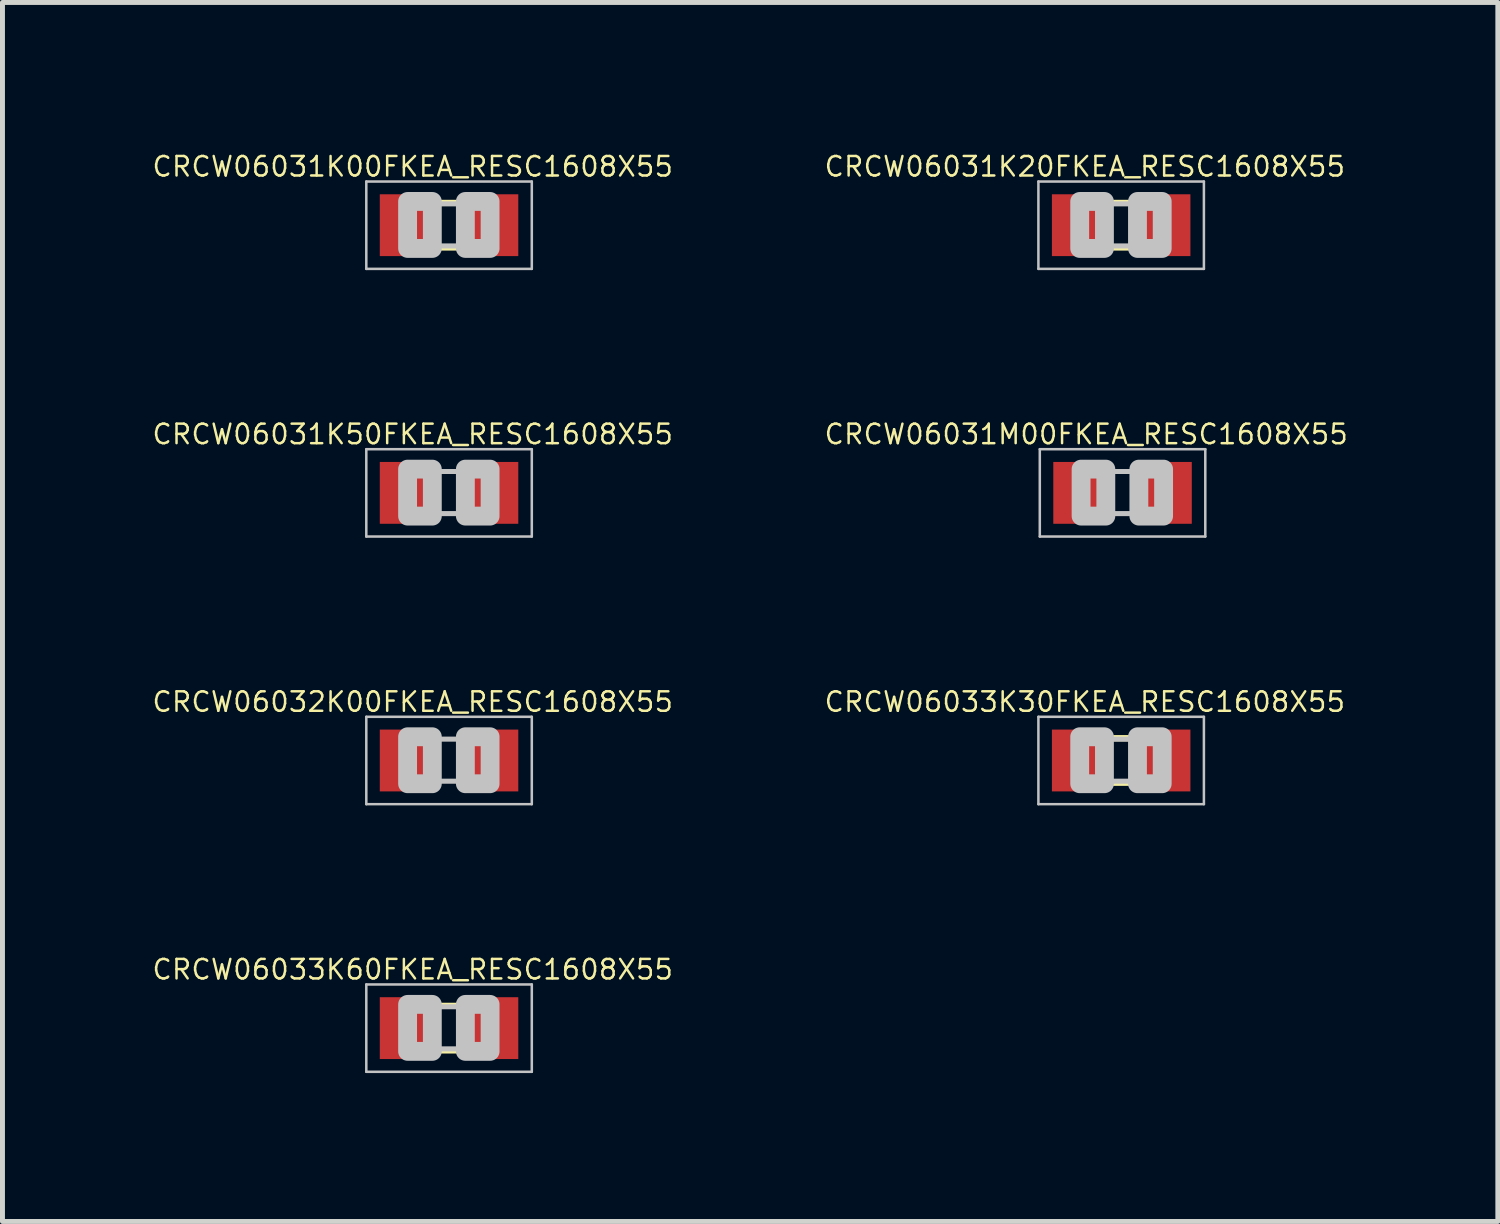
<source format=kicad_pcb>
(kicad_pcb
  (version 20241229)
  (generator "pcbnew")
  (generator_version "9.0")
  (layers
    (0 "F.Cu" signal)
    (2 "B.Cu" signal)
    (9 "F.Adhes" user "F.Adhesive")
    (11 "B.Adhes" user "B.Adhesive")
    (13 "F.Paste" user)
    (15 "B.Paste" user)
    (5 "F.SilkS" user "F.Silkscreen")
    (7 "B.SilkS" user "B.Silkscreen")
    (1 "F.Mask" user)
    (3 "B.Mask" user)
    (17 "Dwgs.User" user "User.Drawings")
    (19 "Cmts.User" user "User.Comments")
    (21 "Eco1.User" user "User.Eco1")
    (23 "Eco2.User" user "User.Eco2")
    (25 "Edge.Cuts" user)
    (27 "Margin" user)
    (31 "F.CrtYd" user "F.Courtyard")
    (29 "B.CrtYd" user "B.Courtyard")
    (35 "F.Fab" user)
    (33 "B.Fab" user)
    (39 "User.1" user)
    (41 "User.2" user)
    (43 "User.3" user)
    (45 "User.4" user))
  (footprint "CRCW06031K00FKEA_RESC1608X55"
    (layer "F.Cu")
    (at 6.029 1.503)
    (property "Reference" "CRCW06031K00FKEA_RESC1608X55" (at -0.735 -1.185 0) (layer "F.SilkS") (effects (font (size 0.394 0.394) (thickness 0.05))))
    (attr smd)
    (fp_line (start -0.15 -0.45) (end 0.15 -0.45) (stroke (width 0.127) (type solid)) (layer "F.SilkS"))
    (fp_line (start -0.15 0.45) (end 0.15 0.45) (stroke (width 0.127) (type solid)) (layer "F.SilkS"))
    (fp_line (start -1.673 -0.883) (end 1.673 -0.883) (stroke (width 0.051) (type solid)) (layer "Dwgs.User"))
    (fp_line (start -1.673 0.883) (end -1.673 -0.883) (stroke (width 0.051) (type solid)) (layer "Dwgs.User"))
    (fp_line (start -0.356 -0.432) (end 0.356 -0.432) (stroke (width 0.102) (type solid)) (layer "Dwgs.User"))
    (fp_line (start -0.356 0.419) (end 0.356 0.419) (stroke (width 0.102) (type solid)) (layer "Dwgs.User"))
    (fp_line (start 1.673 -0.883) (end 1.673 0.883) (stroke (width 0.051) (type solid)) (layer "Dwgs.User"))
    (fp_line (start 1.673 0.883) (end -1.673 0.883) (stroke (width 0.051) (type solid)) (layer "Dwgs.User"))
    (fp_poly (pts (xy -0.838 -0.48) (xy -0.338 -0.48) (xy -0.338 0.47) (xy -0.838 0.47)) (stroke (width 0.381) (type solid)) (fill no) (layer "Dwgs.User"))
    (fp_poly (pts (xy 0.33 -0.48) (xy 0.83 -0.48) (xy 0.83 0.47) (xy 0.33 0.47)) (stroke (width 0.381) (type solid)) (fill no) (layer "Dwgs.User"))
    (pad "1" smd rect (at -0.85 0) (size 1.1 1.25) (layers "F.Cu" "F.Mask" "F.Paste"))
    (pad "2" smd rect (at 0.85 0) (size 1.1 1.25) (layers "F.Cu" "F.Mask" "F.Paste")))
  (footprint "CRCW06033K60FKEA_RESC1608X55"
    (layer "F.Cu")
    (at 6.029 17.737)
    (property "Reference" "CRCW06033K60FKEA_RESC1608X55" (at -0.735 -1.185 0) (layer "F.SilkS") (effects (font (size 0.394 0.394) (thickness 0.05))))
    (attr smd)
    (fp_line (start -0.15 -0.45) (end 0.15 -0.45) (stroke (width 0.127) (type solid)) (layer "F.SilkS"))
    (fp_line (start -0.15 0.45) (end 0.15 0.45) (stroke (width 0.127) (type solid)) (layer "F.SilkS"))
    (fp_line (start -1.673 -0.883) (end 1.673 -0.883) (stroke (width 0.051) (type solid)) (layer "Dwgs.User"))
    (fp_line (start -1.673 0.883) (end -1.673 -0.883) (stroke (width 0.051) (type solid)) (layer "Dwgs.User"))
    (fp_line (start -0.356 -0.432) (end 0.356 -0.432) (stroke (width 0.102) (type solid)) (layer "Dwgs.User"))
    (fp_line (start -0.356 0.419) (end 0.356 0.419) (stroke (width 0.102) (type solid)) (layer "Dwgs.User"))
    (fp_line (start 1.673 -0.883) (end 1.673 0.883) (stroke (width 0.051) (type solid)) (layer "Dwgs.User"))
    (fp_line (start 1.673 0.883) (end -1.673 0.883) (stroke (width 0.051) (type solid)) (layer "Dwgs.User"))
    (fp_poly (pts (xy -0.838 -0.48) (xy -0.338 -0.48) (xy -0.338 0.47) (xy -0.838 0.47)) (stroke (width 0.381) (type solid)) (fill no) (layer "Dwgs.User"))
    (fp_poly (pts (xy 0.33 -0.48) (xy 0.83 -0.48) (xy 0.83 0.47) (xy 0.33 0.47)) (stroke (width 0.381) (type solid)) (fill no) (layer "Dwgs.User"))
    (pad "1" smd rect (at -0.85 0) (size 1.1 1.25) (layers "F.Cu" "F.Mask" "F.Paste"))
    (pad "2" smd rect (at 0.85 0) (size 1.1 1.25) (layers "F.Cu" "F.Mask" "F.Paste")))
  (footprint "CRCW06032K00FKEA_RESC1608X55"
    (layer "F.Cu")
    (at 6.029 12.326)
    (property "Reference" "CRCW06032K00FKEA_RESC1608X55" (at -0.735 -1.185 0) (layer "F.SilkS") (effects (font (size 0.394 0.394) (thickness 0.05))))
    (attr smd)
    (fp_line (start -1.673 -0.883) (end 1.673 -0.883) (stroke (width 0.051) (type solid)) (layer "Dwgs.User"))
    (fp_line (start -1.673 0.883) (end -1.673 -0.883) (stroke (width 0.051) (type solid)) (layer "Dwgs.User"))
    (fp_line (start -0.356 -0.432) (end 0.356 -0.432) (stroke (width 0.102) (type solid)) (layer "Dwgs.User"))
    (fp_line (start -0.356 0.419) (end 0.356 0.419) (stroke (width 0.102) (type solid)) (layer "Dwgs.User"))
    (fp_line (start 1.673 -0.883) (end 1.673 0.883) (stroke (width 0.051) (type solid)) (layer "Dwgs.User"))
    (fp_line (start 1.673 0.883) (end -1.673 0.883) (stroke (width 0.051) (type solid)) (layer "Dwgs.User"))
    (fp_poly (pts (xy -0.838 -0.48) (xy -0.338 -0.48) (xy -0.338 0.47) (xy -0.838 0.47)) (stroke (width 0.381) (type solid)) (fill no) (layer "Dwgs.User"))
    (fp_poly (pts (xy 0.33 -0.48) (xy 0.83 -0.48) (xy 0.83 0.47) (xy 0.33 0.47)) (stroke (width 0.381) (type solid)) (fill no) (layer "Dwgs.User"))
    (pad "1" smd rect (at -0.85 0) (size 1.1 1.25) (layers "F.Cu" "F.Mask" "F.Paste"))
    (pad "2" smd rect (at 0.85 0) (size 1.1 1.25) (layers "F.Cu" "F.Mask" "F.Paste")))
  (footprint "CRCW06031M00FKEA_RESC1608X55"
    (layer "F.Cu")
    (at 19.646 6.915)
    (property "Reference" "CRCW06031M00FKEA_RESC1608X55" (at -0.735 -1.185 0) (layer "F.SilkS") (effects (font (size 0.394 0.394) (thickness 0.05))))
    (attr smd)
    (fp_line (start -1.673 -0.883) (end 1.673 -0.883) (stroke (width 0.051) (type solid)) (layer "Dwgs.User"))
    (fp_line (start -1.673 0.883) (end -1.673 -0.883) (stroke (width 0.051) (type solid)) (layer "Dwgs.User"))
    (fp_line (start -0.356 -0.432) (end 0.356 -0.432) (stroke (width 0.102) (type solid)) (layer "Dwgs.User"))
    (fp_line (start -0.356 0.419) (end 0.356 0.419) (stroke (width 0.102) (type solid)) (layer "Dwgs.User"))
    (fp_line (start 1.673 -0.883) (end 1.673 0.883) (stroke (width 0.051) (type solid)) (layer "Dwgs.User"))
    (fp_line (start 1.673 0.883) (end -1.673 0.883) (stroke (width 0.051) (type solid)) (layer "Dwgs.User"))
    (fp_poly (pts (xy -0.838 -0.48) (xy -0.338 -0.48) (xy -0.338 0.47) (xy -0.838 0.47)) (stroke (width 0.381) (type solid)) (fill no) (layer "Dwgs.User"))
    (fp_poly (pts (xy 0.33 -0.48) (xy 0.83 -0.48) (xy 0.83 0.47) (xy 0.33 0.47)) (stroke (width 0.381) (type solid)) (fill no) (layer "Dwgs.User"))
    (pad "1" smd rect (at -0.85 0) (size 1.1 1.25) (layers "F.Cu" "F.Mask" "F.Paste"))
    (pad "2" smd rect (at 0.85 0) (size 1.1 1.25) (layers "F.Cu" "F.Mask" "F.Paste")))
  (footprint "CRCW06033K30FKEA_RESC1608X55"
    (layer "F.Cu")
    (at 19.618 12.326)
    (property "Reference" "CRCW06033K30FKEA_RESC1608X55" (at -0.735 -1.185 0) (layer "F.SilkS") (effects (font (size 0.394 0.394) (thickness 0.05))))
    (attr smd)
    (fp_line (start -0.15 -0.45) (end 0.15 -0.45) (stroke (width 0.127) (type solid)) (layer "F.SilkS"))
    (fp_line (start -0.15 0.45) (end 0.15 0.45) (stroke (width 0.127) (type solid)) (layer "F.SilkS"))
    (fp_line (start -1.673 -0.883) (end 1.673 -0.883) (stroke (width 0.051) (type solid)) (layer "Dwgs.User"))
    (fp_line (start -1.673 0.883) (end -1.673 -0.883) (stroke (width 0.051) (type solid)) (layer "Dwgs.User"))
    (fp_line (start -0.356 -0.432) (end 0.356 -0.432) (stroke (width 0.102) (type solid)) (layer "Dwgs.User"))
    (fp_line (start -0.356 0.419) (end 0.356 0.419) (stroke (width 0.102) (type solid)) (layer "Dwgs.User"))
    (fp_line (start 1.673 -0.883) (end 1.673 0.883) (stroke (width 0.051) (type solid)) (layer "Dwgs.User"))
    (fp_line (start 1.673 0.883) (end -1.673 0.883) (stroke (width 0.051) (type solid)) (layer "Dwgs.User"))
    (fp_poly (pts (xy -0.838 -0.48) (xy -0.338 -0.48) (xy -0.338 0.47) (xy -0.838 0.47)) (stroke (width 0.381) (type solid)) (fill no) (layer "Dwgs.User"))
    (fp_poly (pts (xy 0.33 -0.48) (xy 0.83 -0.48) (xy 0.83 0.47) (xy 0.33 0.47)) (stroke (width 0.381) (type solid)) (fill no) (layer "Dwgs.User"))
    (pad "1" smd rect (at -0.85 0) (size 1.1 1.25) (layers "F.Cu" "F.Mask" "F.Paste"))
    (pad "2" smd rect (at 0.85 0) (size 1.1 1.25) (layers "F.Cu" "F.Mask" "F.Paste")))
  (footprint "CRCW06031K50FKEA_RESC1608X55"
    (layer "F.Cu")
    (at 6.029 6.915)
    (property "Reference" "CRCW06031K50FKEA_RESC1608X55" (at -0.735 -1.185 0) (layer "F.SilkS") (effects (font (size 0.394 0.394) (thickness 0.05))))
    (attr smd)
    (fp_line (start -1.673 -0.883) (end 1.673 -0.883) (stroke (width 0.051) (type solid)) (layer "Dwgs.User"))
    (fp_line (start -1.673 0.883) (end -1.673 -0.883) (stroke (width 0.051) (type solid)) (layer "Dwgs.User"))
    (fp_line (start -0.356 -0.432) (end 0.356 -0.432) (stroke (width 0.102) (type solid)) (layer "Dwgs.User"))
    (fp_line (start -0.356 0.419) (end 0.356 0.419) (stroke (width 0.102) (type solid)) (layer "Dwgs.User"))
    (fp_line (start 1.673 -0.883) (end 1.673 0.883) (stroke (width 0.051) (type solid)) (layer "Dwgs.User"))
    (fp_line (start 1.673 0.883) (end -1.673 0.883) (stroke (width 0.051) (type solid)) (layer "Dwgs.User"))
    (fp_poly (pts (xy -0.838 -0.48) (xy -0.338 -0.48) (xy -0.338 0.47) (xy -0.838 0.47)) (stroke (width 0.381) (type solid)) (fill no) (layer "Dwgs.User"))
    (fp_poly (pts (xy 0.33 -0.48) (xy 0.83 -0.48) (xy 0.83 0.47) (xy 0.33 0.47)) (stroke (width 0.381) (type solid)) (fill no) (layer "Dwgs.User"))
    (pad "1" smd rect (at -0.85 0) (size 1.1 1.25) (layers "F.Cu" "F.Mask" "F.Paste"))
    (pad "2" smd rect (at 0.85 0) (size 1.1 1.25) (layers "F.Cu" "F.Mask" "F.Paste")))
  (footprint "CRCW06031K20FKEA_RESC1608X55"
    (layer "F.Cu")
    (at 19.618 1.503)
    (property "Reference" "CRCW06031K20FKEA_RESC1608X55" (at -0.735 -1.185 0) (layer "F.SilkS") (effects (font (size 0.394 0.394) (thickness 0.05))))
    (attr smd)
    (fp_line (start -0.15 -0.45) (end 0.15 -0.45) (stroke (width 0.127) (type solid)) (layer "F.SilkS"))
    (fp_line (start -0.15 0.45) (end 0.15 0.45) (stroke (width 0.127) (type solid)) (layer "F.SilkS"))
    (fp_line (start -1.673 -0.883) (end 1.673 -0.883) (stroke (width 0.051) (type solid)) (layer "Dwgs.User"))
    (fp_line (start -1.673 0.883) (end -1.673 -0.883) (stroke (width 0.051) (type solid)) (layer "Dwgs.User"))
    (fp_line (start -0.356 -0.432) (end 0.356 -0.432) (stroke (width 0.102) (type solid)) (layer "Dwgs.User"))
    (fp_line (start -0.356 0.419) (end 0.356 0.419) (stroke (width 0.102) (type solid)) (layer "Dwgs.User"))
    (fp_line (start 1.673 -0.883) (end 1.673 0.883) (stroke (width 0.051) (type solid)) (layer "Dwgs.User"))
    (fp_line (start 1.673 0.883) (end -1.673 0.883) (stroke (width 0.051) (type solid)) (layer "Dwgs.User"))
    (fp_poly (pts (xy -0.838 -0.48) (xy -0.338 -0.48) (xy -0.338 0.47) (xy -0.838 0.47)) (stroke (width 0.381) (type solid)) (fill no) (layer "Dwgs.User"))
    (fp_poly (pts (xy 0.33 -0.48) (xy 0.83 -0.48) (xy 0.83 0.47) (xy 0.33 0.47)) (stroke (width 0.381) (type solid)) (fill no) (layer "Dwgs.User"))
    (pad "1" smd rect (at -0.85 0) (size 1.1 1.25) (layers "F.Cu" "F.Mask" "F.Paste"))
    (pad "2" smd rect (at 0.85 0) (size 1.1 1.25) (layers "F.Cu" "F.Mask" "F.Paste")))
  (gr_rect
    (start -3 -3)
    (end 27.234 21.646)
    (stroke (width 0.1) (type default))
    (fill no)
    (layer "Edge.Cuts")))
</source>
